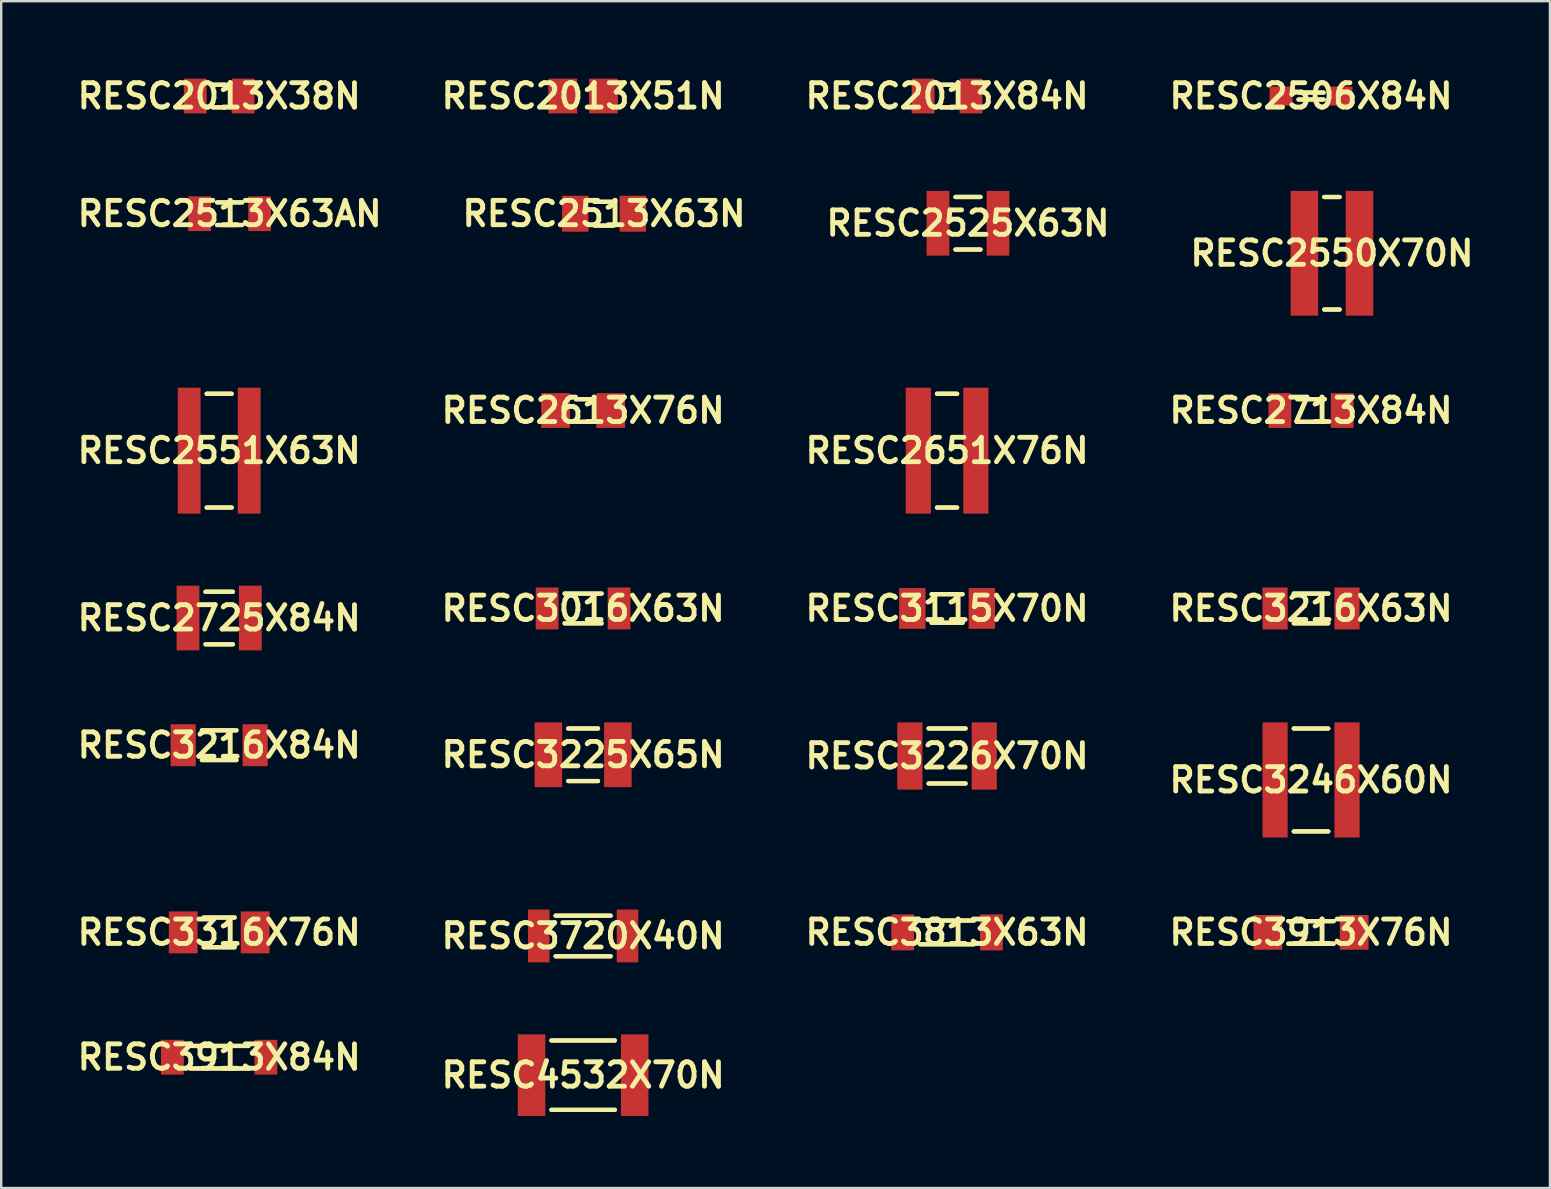
<source format=kicad_pcb>
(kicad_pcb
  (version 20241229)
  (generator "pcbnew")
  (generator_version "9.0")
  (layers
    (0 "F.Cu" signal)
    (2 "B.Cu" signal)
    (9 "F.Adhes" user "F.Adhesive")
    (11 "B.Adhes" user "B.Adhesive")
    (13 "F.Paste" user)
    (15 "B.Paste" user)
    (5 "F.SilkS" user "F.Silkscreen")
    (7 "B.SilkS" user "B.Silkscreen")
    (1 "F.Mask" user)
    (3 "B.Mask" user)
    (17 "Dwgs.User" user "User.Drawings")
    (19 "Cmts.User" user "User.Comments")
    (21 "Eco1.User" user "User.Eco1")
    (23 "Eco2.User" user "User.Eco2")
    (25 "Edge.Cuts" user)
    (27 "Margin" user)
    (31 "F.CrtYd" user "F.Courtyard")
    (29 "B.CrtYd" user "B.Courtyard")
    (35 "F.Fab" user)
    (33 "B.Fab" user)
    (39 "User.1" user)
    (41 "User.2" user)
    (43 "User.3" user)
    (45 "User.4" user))
  (footprint "RESC3216X63N"
    (layer "F.Cu")
    (at 51.57 22.3)
    (property "Reference" "RESC3216X63N" (at 0 0 0) (layer "F.SilkS") (effects (font (size 1.016 1.016) (thickness 0.203))))
    (attr smd)
    (fp_line (start -0.719 -0.62) (end 0.719 -0.62) (stroke (width 0.178) (type solid)) (layer "F.SilkS"))
    (fp_line (start -0.719 0.62) (end 0.719 0.62) (stroke (width 0.178) (type solid)) (layer "F.SilkS"))
    (fp_line (start 0.719 -0.62) (end -0.719 -0.62) (stroke (width 0.178) (type solid)) (layer "F.SilkS"))
    (fp_line (start 0.719 0.62) (end -0.719 0.62) (stroke (width 0.178) (type solid)) (layer "F.SilkS"))
    (pad "1" smd rect (at -1.499 0) (size 1.049 1.748) (layers "F.Cu" "F.Mask" "F.Paste"))
    (pad "2" smd rect (at 1.499 0) (size 1.049 1.748) (layers "F.Cu" "F.Mask" "F.Paste")))
  (footprint "RESC3913X84N"
    (layer "F.Cu")
    (at 6.081 40.995)
    (property "Reference" "RESC3913X84N" (at 0 0 0) (layer "F.SilkS") (effects (font (size 1.016 1.016) (thickness 0.203))))
    (attr smd)
    (fp_line (start -1.219 -0.47) (end 1.219 -0.47) (stroke (width 0.178) (type solid)) (layer "F.SilkS"))
    (fp_line (start -1.219 0.47) (end 1.219 0.47) (stroke (width 0.178) (type solid)) (layer "F.SilkS"))
    (fp_line (start 1.219 -0.47) (end -1.219 -0.47) (stroke (width 0.178) (type solid)) (layer "F.SilkS"))
    (fp_line (start 1.219 0.47) (end -1.219 0.47) (stroke (width 0.178) (type solid)) (layer "F.SilkS"))
    (pad "1" smd rect (at -1.948 0) (size 0.95 1.448) (layers "F.Cu" "F.Mask" "F.Paste"))
    (pad "2" smd rect (at 1.948 0) (size 0.95 1.448) (layers "F.Cu" "F.Mask" "F.Paste")))
  (footprint "RESC4532X70N"
    (layer "F.Cu")
    (at 21.244 41.743)
    (property "Reference" "RESC4532X70N" (at 0 0 0) (layer "F.SilkS") (effects (font (size 1.016 1.016) (thickness 0.203))))
    (attr smd)
    (fp_line (start -1.321 -1.445) (end 1.321 -1.445) (stroke (width 0.178) (type solid)) (layer "F.SilkS"))
    (fp_line (start -1.321 1.445) (end 1.321 1.445) (stroke (width 0.178) (type solid)) (layer "F.SilkS"))
    (fp_line (start 1.321 -1.445) (end -1.321 -1.445) (stroke (width 0.178) (type solid)) (layer "F.SilkS"))
    (fp_line (start 1.321 1.445) (end -1.321 1.445) (stroke (width 0.178) (type solid)) (layer "F.SilkS"))
    (pad "1" smd rect (at -2.149 0) (size 1.148 3.399) (layers "F.Cu" "F.Mask" "F.Paste"))
    (pad "2" smd rect (at 2.149 0) (size 1.148 3.399) (layers "F.Cu" "F.Mask" "F.Paste")))
  (footprint "RESC2725X84N"
    (layer "F.Cu")
    (at 6.081 22.698)
    (property "Reference" "RESC2725X84N" (at 0 0 0) (layer "F.SilkS") (effects (font (size 1.016 1.016) (thickness 0.203))))
    (attr smd)
    (fp_line (start -0.569 -1.095) (end 0.569 -1.095) (stroke (width 0.178) (type solid)) (layer "F.SilkS"))
    (fp_line (start -0.569 1.095) (end 0.569 1.095) (stroke (width 0.178) (type solid)) (layer "F.SilkS"))
    (fp_line (start 0.569 -1.095) (end -0.569 -1.095) (stroke (width 0.178) (type solid)) (layer "F.SilkS"))
    (fp_line (start 0.569 1.095) (end -0.569 1.095) (stroke (width 0.178) (type solid)) (layer "F.SilkS"))
    (pad "1" smd rect (at -1.298 0) (size 0.95 2.697) (layers "F.Cu" "F.Mask" "F.Paste"))
    (pad "2" smd rect (at 1.298 0) (size 0.95 2.697) (layers "F.Cu" "F.Mask" "F.Paste")))
  (footprint "RESC2713X84N"
    (layer "F.Cu")
    (at 51.57 14.052)
    (property "Reference" "RESC2713X84N" (at 0 0 0) (layer "F.SilkS") (effects (font (size 1.016 1.016) (thickness 0.203))))
    (attr smd)
    (fp_line (start -0.569 -0.47) (end 0.569 -0.47) (stroke (width 0.178) (type solid)) (layer "F.SilkS"))
    (fp_line (start -0.569 0.47) (end 0.569 0.47) (stroke (width 0.178) (type solid)) (layer "F.SilkS"))
    (fp_line (start 0.569 -0.47) (end -0.569 -0.47) (stroke (width 0.178) (type solid)) (layer "F.SilkS"))
    (fp_line (start 0.569 0.47) (end -0.569 0.47) (stroke (width 0.178) (type solid)) (layer "F.SilkS"))
    (pad "1" smd rect (at -1.298 0) (size 0.95 1.448) (layers "F.Cu" "F.Mask" "F.Paste"))
    (pad "2" smd rect (at 1.298 0) (size 0.95 1.448) (layers "F.Cu" "F.Mask" "F.Paste")))
  (footprint "RESC2651X76N"
    (layer "F.Cu")
    (at 36.407 15.725)
    (property "Reference" "RESC2651X76N" (at 0 0 0) (layer "F.SilkS") (effects (font (size 1.016 1.016) (thickness 0.203))))
    (attr smd)
    (fp_line (start -0.419 -2.37) (end 0.419 -2.37) (stroke (width 0.178) (type solid)) (layer "F.SilkS"))
    (fp_line (start -0.419 2.37) (end 0.419 2.37) (stroke (width 0.178) (type solid)) (layer "F.SilkS"))
    (fp_line (start 0.419 -2.37) (end -0.419 -2.37) (stroke (width 0.178) (type solid)) (layer "F.SilkS"))
    (fp_line (start 0.419 2.37) (end -0.419 2.37) (stroke (width 0.178) (type solid)) (layer "F.SilkS"))
    (pad "1" smd rect (at -1.199 0) (size 1.049 5.248) (layers "F.Cu" "F.Mask" "F.Paste"))
    (pad "2" smd rect (at 1.199 0) (size 1.049 5.248) (layers "F.Cu" "F.Mask" "F.Paste")))
  (footprint "RESC3913X76N"
    (layer "F.Cu")
    (at 51.57 35.795)
    (property "Reference" "RESC3913X76N" (at 0 0 0) (layer "F.SilkS") (effects (font (size 1.016 1.016) (thickness 0.203))))
    (attr smd)
    (fp_line (start -0.945 -0.47) (end 0.945 -0.47) (stroke (width 0.178) (type solid)) (layer "F.SilkS"))
    (fp_line (start -0.945 0.47) (end 0.945 0.47) (stroke (width 0.178) (type solid)) (layer "F.SilkS"))
    (fp_line (start 0.945 -0.47) (end -0.945 -0.47) (stroke (width 0.178) (type solid)) (layer "F.SilkS"))
    (fp_line (start 0.945 0.47) (end -0.945 0.47) (stroke (width 0.178) (type solid)) (layer "F.SilkS"))
    (pad "1" smd rect (at -1.798 0) (size 1.199 1.448) (layers "F.Cu" "F.Mask" "F.Paste"))
    (pad "2" smd rect (at 1.798 0) (size 1.199 1.448) (layers "F.Cu" "F.Mask" "F.Paste")))
  (footprint "RESC3316X76N"
    (layer "F.Cu")
    (at 6.081 35.795)
    (property "Reference" "RESC3316X76N" (at 0 0 0) (layer "F.SilkS") (effects (font (size 1.016 1.016) (thickness 0.203))))
    (attr smd)
    (fp_line (start -0.645 -0.62) (end 0.645 -0.62) (stroke (width 0.178) (type solid)) (layer "F.SilkS"))
    (fp_line (start -0.645 0.62) (end 0.645 0.62) (stroke (width 0.178) (type solid)) (layer "F.SilkS"))
    (fp_line (start 0.645 -0.62) (end -0.645 -0.62) (stroke (width 0.178) (type solid)) (layer "F.SilkS"))
    (fp_line (start 0.645 0.62) (end -0.645 0.62) (stroke (width 0.178) (type solid)) (layer "F.SilkS"))
    (pad "1" smd rect (at -1.499 0) (size 1.199 1.748) (layers "F.Cu" "F.Mask" "F.Paste"))
    (pad "2" smd rect (at 1.499 0) (size 1.199 1.748) (layers "F.Cu" "F.Mask" "F.Paste")))
  (footprint "RESC2550X70N"
    (layer "F.Cu")
    (at 52.441 7.502)
    (property "Reference" "RESC2550X70N" (at 0 0 0) (layer "F.SilkS") (effects (font (size 1.016 1.016) (thickness 0.203))))
    (attr smd)
    (fp_line (start -0.32 -2.344) (end 0.32 -2.344) (stroke (width 0.178) (type solid)) (layer "F.SilkS"))
    (fp_line (start -0.32 2.344) (end 0.32 2.344) (stroke (width 0.178) (type solid)) (layer "F.SilkS"))
    (fp_line (start 0.32 -2.344) (end -0.32 -2.344) (stroke (width 0.178) (type solid)) (layer "F.SilkS"))
    (fp_line (start 0.32 2.344) (end -0.32 2.344) (stroke (width 0.178) (type solid)) (layer "F.SilkS"))
    (pad "1" smd rect (at -1.148 0) (size 1.148 5.199) (layers "F.Cu" "F.Mask" "F.Paste"))
    (pad "2" smd rect (at 1.148 0) (size 1.148 5.199) (layers "F.Cu" "F.Mask" "F.Paste")))
  (footprint "RESC2013X84N"
    (layer "F.Cu")
    (at 36.407 0.951)
    (property "Reference" "RESC2013X84N" (at 0 0 0) (layer "F.SilkS") (effects (font (size 1.016 1.016) (thickness 0.203))))
    (attr smd)
    (fp_line (start -0.269 -0.47) (end 0.269 -0.47) (stroke (width 0.178) (type solid)) (layer "F.SilkS"))
    (fp_line (start -0.269 0.47) (end 0.269 0.47) (stroke (width 0.178) (type solid)) (layer "F.SilkS"))
    (fp_line (start 0.269 -0.47) (end -0.269 -0.47) (stroke (width 0.178) (type solid)) (layer "F.SilkS"))
    (fp_line (start 0.269 0.47) (end -0.269 0.47) (stroke (width 0.178) (type solid)) (layer "F.SilkS"))
    (pad "1" smd rect (at -0.998 0) (size 0.95 1.448) (layers "F.Cu" "F.Mask" "F.Paste"))
    (pad "2" smd rect (at 0.998 0) (size 0.95 1.448) (layers "F.Cu" "F.Mask" "F.Paste")))
  (footprint "RESC2013X51N"
    (layer "F.Cu")
    (at 21.244 0.951)
    (property "Reference" "RESC2013X51N" (at 0 0 0) (layer "F.SilkS") (effects (font (size 1.016 1.016) (thickness 0.203))))
    (attr smd)
    (pad "1" smd rect (at -0.848 0) (size 1.199 1.448) (layers "F.Cu" "F.Mask" "F.Paste"))
    (pad "2" smd rect (at 0.848 0) (size 1.199 1.448) (layers "F.Cu" "F.Mask" "F.Paste")))
  (footprint "RESC3115X70N"
    (layer "F.Cu")
    (at 36.407 22.3)
    (property "Reference" "RESC3115X70N" (at 0 0 0) (layer "F.SilkS") (effects (font (size 1.016 1.016) (thickness 0.203))))
    (attr smd)
    (fp_line (start -0.645 -0.594) (end 0.645 -0.594) (stroke (width 0.178) (type solid)) (layer "F.SilkS"))
    (fp_line (start -0.645 0.594) (end 0.645 0.594) (stroke (width 0.178) (type solid)) (layer "F.SilkS"))
    (fp_line (start 0.645 -0.594) (end -0.645 -0.594) (stroke (width 0.178) (type solid)) (layer "F.SilkS"))
    (fp_line (start 0.645 0.594) (end -0.645 0.594) (stroke (width 0.178) (type solid)) (layer "F.SilkS"))
    (pad "1" smd rect (at -1.448 0) (size 1.1 1.699) (layers "F.Cu" "F.Mask" "F.Paste"))
    (pad "2" smd rect (at 1.448 0) (size 1.1 1.699) (layers "F.Cu" "F.Mask" "F.Paste")))
  (footprint "RESC2551X63N"
    (layer "F.Cu")
    (at 6.081 15.725)
    (property "Reference" "RESC2551X63N" (at 0 0 0) (layer "F.SilkS") (effects (font (size 1.016 1.016) (thickness 0.203))))
    (attr smd)
    (fp_line (start -0.521 -2.37) (end 0.521 -2.37) (stroke (width 0.178) (type solid)) (layer "F.SilkS"))
    (fp_line (start -0.521 2.37) (end 0.521 2.37) (stroke (width 0.178) (type solid)) (layer "F.SilkS"))
    (fp_line (start 0.521 -2.37) (end -0.521 -2.37) (stroke (width 0.178) (type solid)) (layer "F.SilkS"))
    (fp_line (start 0.521 2.37) (end -0.521 2.37) (stroke (width 0.178) (type solid)) (layer "F.SilkS"))
    (pad "1" smd rect (at -1.25 0) (size 0.95 5.248) (layers "F.Cu" "F.Mask" "F.Paste"))
    (pad "2" smd rect (at 1.25 0) (size 0.95 5.248) (layers "F.Cu" "F.Mask" "F.Paste")))
  (footprint "RESC2513X63N"
    (layer "F.Cu")
    (at 22.115 5.853)
    (property "Reference" "RESC2513X63N" (at 0 0 0) (layer "F.SilkS") (effects (font (size 1.016 1.016) (thickness 0.203))))
    (attr smd)
    (fp_line (start -0.394 -0.495) (end 0.394 -0.495) (stroke (width 0.178) (type solid)) (layer "F.SilkS"))
    (fp_line (start -0.394 0.495) (end 0.394 0.495) (stroke (width 0.178) (type solid)) (layer "F.SilkS"))
    (fp_line (start 0.394 -0.495) (end -0.394 -0.495) (stroke (width 0.178) (type solid)) (layer "F.SilkS"))
    (fp_line (start 0.394 0.495) (end -0.394 0.495) (stroke (width 0.178) (type solid)) (layer "F.SilkS"))
    (pad "1" smd rect (at -1.199 0) (size 1.1 1.499) (layers "F.Cu" "F.Mask" "F.Paste"))
    (pad "2" smd rect (at 1.199 0) (size 1.1 1.499) (layers "F.Cu" "F.Mask" "F.Paste")))
  (footprint "RESC2513X63AN"
    (layer "F.Cu")
    (at 6.517 5.853)
    (property "Reference" "RESC2513X63AN" (at 0 0 0) (layer "F.SilkS") (effects (font (size 1.016 1.016) (thickness 0.203))))
    (attr smd)
    (fp_line (start -0.521 -0.47) (end 0.521 -0.47) (stroke (width 0.178) (type solid)) (layer "F.SilkS"))
    (fp_line (start -0.521 0.47) (end 0.521 0.47) (stroke (width 0.178) (type solid)) (layer "F.SilkS"))
    (fp_line (start 0.521 -0.47) (end -0.521 -0.47) (stroke (width 0.178) (type solid)) (layer "F.SilkS"))
    (fp_line (start 0.521 0.47) (end -0.521 0.47) (stroke (width 0.178) (type solid)) (layer "F.SilkS"))
    (pad "1" smd rect (at -1.25 0) (size 0.95 1.448) (layers "F.Cu" "F.Mask" "F.Paste"))
    (pad "2" smd rect (at 1.25 0) (size 0.95 1.448) (layers "F.Cu" "F.Mask" "F.Paste")))
  (footprint "RESC3016X63N"
    (layer "F.Cu")
    (at 21.244 22.3)
    (property "Reference" "RESC3016X63N" (at 0 0 0) (layer "F.SilkS") (effects (font (size 1.016 1.016) (thickness 0.203))))
    (attr smd)
    (fp_line (start -0.77 -0.62) (end 0.77 -0.62) (stroke (width 0.178) (type solid)) (layer "F.SilkS"))
    (fp_line (start -0.77 0.62) (end 0.77 0.62) (stroke (width 0.178) (type solid)) (layer "F.SilkS"))
    (fp_line (start 0.77 -0.62) (end -0.77 -0.62) (stroke (width 0.178) (type solid)) (layer "F.SilkS"))
    (fp_line (start 0.77 0.62) (end -0.77 0.62) (stroke (width 0.178) (type solid)) (layer "F.SilkS"))
    (pad "1" smd rect (at -1.499 0) (size 0.95 1.748) (layers "F.Cu" "F.Mask" "F.Paste"))
    (pad "2" smd rect (at 1.499 0) (size 0.95 1.748) (layers "F.Cu" "F.Mask" "F.Paste")))
  (footprint "RESC3225X65N"
    (layer "F.Cu")
    (at 21.244 28.395)
    (property "Reference" "RESC3225X65N" (at 0 0 0) (layer "F.SilkS") (effects (font (size 1.016 1.016) (thickness 0.203))))
    (attr smd)
    (fp_line (start -0.62 -1.095) (end 0.62 -1.095) (stroke (width 0.178) (type solid)) (layer "F.SilkS"))
    (fp_line (start -0.62 1.095) (end 0.62 1.095) (stroke (width 0.178) (type solid)) (layer "F.SilkS"))
    (fp_line (start 0.62 -1.095) (end -0.62 -1.095) (stroke (width 0.178) (type solid)) (layer "F.SilkS"))
    (fp_line (start 0.62 1.095) (end -0.62 1.095) (stroke (width 0.178) (type solid)) (layer "F.SilkS"))
    (pad "1" smd rect (at -1.448 0) (size 1.148 2.697) (layers "F.Cu" "F.Mask" "F.Paste"))
    (pad "2" smd rect (at 1.448 0) (size 1.148 2.697) (layers "F.Cu" "F.Mask" "F.Paste")))
  (footprint "RESC3246X60N"
    (layer "F.Cu")
    (at 51.57 29.445)
    (property "Reference" "RESC3246X60N" (at 0 0 0) (layer "F.SilkS") (effects (font (size 1.016 1.016) (thickness 0.203))))
    (attr smd)
    (fp_line (start -0.719 -2.144) (end 0.719 -2.144) (stroke (width 0.178) (type solid)) (layer "F.SilkS"))
    (fp_line (start -0.719 2.144) (end 0.719 2.144) (stroke (width 0.178) (type solid)) (layer "F.SilkS"))
    (fp_line (start 0.719 -2.144) (end -0.719 -2.144) (stroke (width 0.178) (type solid)) (layer "F.SilkS"))
    (fp_line (start 0.719 2.144) (end -0.719 2.144) (stroke (width 0.178) (type solid)) (layer "F.SilkS"))
    (pad "1" smd rect (at -1.499 0) (size 1.049 4.798) (layers "F.Cu" "F.Mask" "F.Paste"))
    (pad "2" smd rect (at 1.499 0) (size 1.049 4.798) (layers "F.Cu" "F.Mask" "F.Paste")))
  (footprint "RESC2013X38N"
    (layer "F.Cu")
    (at 6.081 0.951)
    (property "Reference" "RESC2013X38N" (at 0 0 0) (layer "F.SilkS") (effects (font (size 1.016 1.016) (thickness 0.203))))
    (attr smd)
    (fp_line (start -0.269 -0.47) (end 0.269 -0.47) (stroke (width 0.178) (type solid)) (layer "F.SilkS"))
    (fp_line (start -0.269 0.47) (end 0.269 0.47) (stroke (width 0.178) (type solid)) (layer "F.SilkS"))
    (fp_line (start 0.269 -0.47) (end -0.269 -0.47) (stroke (width 0.178) (type solid)) (layer "F.SilkS"))
    (fp_line (start 0.269 0.47) (end -0.269 0.47) (stroke (width 0.178) (type solid)) (layer "F.SilkS"))
    (pad "1" smd rect (at -0.998 0) (size 0.95 1.448) (layers "F.Cu" "F.Mask" "F.Paste"))
    (pad "2" smd rect (at 0.998 0) (size 0.95 1.448) (layers "F.Cu" "F.Mask" "F.Paste")))
  (footprint "RESC2613X76N"
    (layer "F.Cu")
    (at 21.244 14.052)
    (property "Reference" "RESC2613X76N" (at 0 0 0) (layer "F.SilkS") (effects (font (size 1.016 1.016) (thickness 0.203))))
    (attr smd)
    (fp_line (start -0.295 -0.47) (end 0.295 -0.47) (stroke (width 0.178) (type solid)) (layer "F.SilkS"))
    (fp_line (start -0.295 0.47) (end 0.295 0.47) (stroke (width 0.178) (type solid)) (layer "F.SilkS"))
    (fp_line (start 0.295 -0.47) (end -0.295 -0.47) (stroke (width 0.178) (type solid)) (layer "F.SilkS"))
    (fp_line (start 0.295 0.47) (end -0.295 0.47) (stroke (width 0.178) (type solid)) (layer "F.SilkS"))
    (pad "1" smd rect (at -1.148 0) (size 1.199 1.448) (layers "F.Cu" "F.Mask" "F.Paste"))
    (pad "2" smd rect (at 1.148 0) (size 1.199 1.448) (layers "F.Cu" "F.Mask" "F.Paste")))
  (footprint "RESC3720X40N"
    (layer "F.Cu")
    (at 21.244 35.944)
    (property "Reference" "RESC3720X40N" (at 0 0 0) (layer "F.SilkS") (effects (font (size 1.016 1.016) (thickness 0.203))))
    (attr smd)
    (fp_line (start -1.146 -0.846) (end 1.146 -0.846) (stroke (width 0.178) (type solid)) (layer "F.SilkS"))
    (fp_line (start -1.146 0.846) (end 1.146 0.846) (stroke (width 0.178) (type solid)) (layer "F.SilkS"))
    (fp_line (start 1.146 -0.846) (end -1.146 -0.846) (stroke (width 0.178) (type solid)) (layer "F.SilkS"))
    (fp_line (start 1.146 0.846) (end -1.146 0.846) (stroke (width 0.178) (type solid)) (layer "F.SilkS"))
    (pad "1" smd rect (at -1.849 0) (size 0.899 2.2) (layers "F.Cu" "F.Mask" "F.Paste"))
    (pad "2" smd rect (at 1.849 0) (size 0.899 2.2) (layers "F.Cu" "F.Mask" "F.Paste")))
  (footprint "RESC2506X84N"
    (layer "F.Cu")
    (at 51.57 0.951)
    (property "Reference" "RESC2506X84N" (at 0 0 0) (layer "F.SilkS") (effects (font (size 1.016 1.016) (thickness 0.203))))
    (attr smd)
    (fp_line (start -0.521 -0.145) (end 0.521 -0.145) (stroke (width 0.178) (type solid)) (layer "F.SilkS"))
    (fp_line (start -0.521 0.145) (end 0.521 0.145) (stroke (width 0.178) (type solid)) (layer "F.SilkS"))
    (fp_line (start 0.521 -0.145) (end -0.521 -0.145) (stroke (width 0.178) (type solid)) (layer "F.SilkS"))
    (fp_line (start 0.521 0.145) (end -0.521 0.145) (stroke (width 0.178) (type solid)) (layer "F.SilkS"))
    (pad "1" smd rect (at -1.25 0) (size 0.95 0.798) (layers "F.Cu" "F.Mask" "F.Paste"))
    (pad "2" smd rect (at 1.25 0) (size 0.95 0.798) (layers "F.Cu" "F.Mask" "F.Paste")))
  (footprint "RESC3813X63N"
    (layer "F.Cu")
    (at 36.407 35.795)
    (property "Reference" "RESC3813X63N" (at 0 0 0) (layer "F.SilkS") (effects (font (size 1.016 1.016) (thickness 0.203))))
    (attr smd)
    (fp_line (start -1.12 -0.495) (end 1.12 -0.495) (stroke (width 0.178) (type solid)) (layer "F.SilkS"))
    (fp_line (start -1.12 0.495) (end 1.12 0.495) (stroke (width 0.178) (type solid)) (layer "F.SilkS"))
    (fp_line (start 1.12 -0.495) (end -1.12 -0.495) (stroke (width 0.178) (type solid)) (layer "F.SilkS"))
    (fp_line (start 1.12 0.495) (end -1.12 0.495) (stroke (width 0.178) (type solid)) (layer "F.SilkS"))
    (pad "1" smd rect (at -1.849 0) (size 0.95 1.499) (layers "F.Cu" "F.Mask" "F.Paste"))
    (pad "2" smd rect (at 1.849 0) (size 0.95 1.499) (layers "F.Cu" "F.Mask" "F.Paste")))
  (footprint "RESC2525X63N"
    (layer "F.Cu")
    (at 37.278 6.251)
    (property "Reference" "RESC2525X63N" (at 0 0 0) (layer "F.SilkS") (effects (font (size 1.016 1.016) (thickness 0.203))))
    (attr smd)
    (fp_line (start -0.521 -1.095) (end 0.521 -1.095) (stroke (width 0.178) (type solid)) (layer "F.SilkS"))
    (fp_line (start -0.521 1.095) (end 0.521 1.095) (stroke (width 0.178) (type solid)) (layer "F.SilkS"))
    (fp_line (start 0.521 -1.095) (end -0.521 -1.095) (stroke (width 0.178) (type solid)) (layer "F.SilkS"))
    (fp_line (start 0.521 1.095) (end -0.521 1.095) (stroke (width 0.178) (type solid)) (layer "F.SilkS"))
    (pad "1" smd rect (at -1.25 0) (size 0.95 2.697) (layers "F.Cu" "F.Mask" "F.Paste"))
    (pad "2" smd rect (at 1.25 0) (size 0.95 2.697) (layers "F.Cu" "F.Mask" "F.Paste")))
  (footprint "RESC3226X70N"
    (layer "F.Cu")
    (at 36.407 28.446)
    (property "Reference" "RESC3226X70N" (at 0 0 0) (layer "F.SilkS") (effects (font (size 1.016 1.016) (thickness 0.203))))
    (attr smd)
    (fp_line (start -0.77 -1.146) (end 0.77 -1.146) (stroke (width 0.178) (type solid)) (layer "F.SilkS"))
    (fp_line (start -0.77 1.146) (end 0.77 1.146) (stroke (width 0.178) (type solid)) (layer "F.SilkS"))
    (fp_line (start 0.77 -1.146) (end -0.77 -1.146) (stroke (width 0.178) (type solid)) (layer "F.SilkS"))
    (fp_line (start 0.77 1.146) (end -0.77 1.146) (stroke (width 0.178) (type solid)) (layer "F.SilkS"))
    (pad "1" smd rect (at -1.549 0) (size 1.049 2.799) (layers "F.Cu" "F.Mask" "F.Paste"))
    (pad "2" smd rect (at 1.549 0) (size 1.049 2.799) (layers "F.Cu" "F.Mask" "F.Paste")))
  (footprint "RESC3216X84N"
    (layer "F.Cu")
    (at 6.081 27.997)
    (property "Reference" "RESC3216X84N" (at 0 0 0) (layer "F.SilkS") (effects (font (size 1.016 1.016) (thickness 0.203))))
    (attr smd)
    (fp_line (start -0.719 -0.62) (end 0.719 -0.62) (stroke (width 0.178) (type solid)) (layer "F.SilkS"))
    (fp_line (start -0.719 0.62) (end 0.719 0.62) (stroke (width 0.178) (type solid)) (layer "F.SilkS"))
    (fp_line (start 0.719 -0.62) (end -0.719 -0.62) (stroke (width 0.178) (type solid)) (layer "F.SilkS"))
    (fp_line (start 0.719 0.62) (end -0.719 0.62) (stroke (width 0.178) (type solid)) (layer "F.SilkS"))
    (pad "1" smd rect (at -1.499 0) (size 1.049 1.748) (layers "F.Cu" "F.Mask" "F.Paste"))
    (pad "2" smd rect (at 1.499 0) (size 1.049 1.748) (layers "F.Cu" "F.Mask" "F.Paste")))
  (gr_rect
    (start -3 -3)
    (end 61.523 46.443)
    (stroke (width 0.1) (type default))
    (fill no)
    (layer "Edge.Cuts")))
</source>
